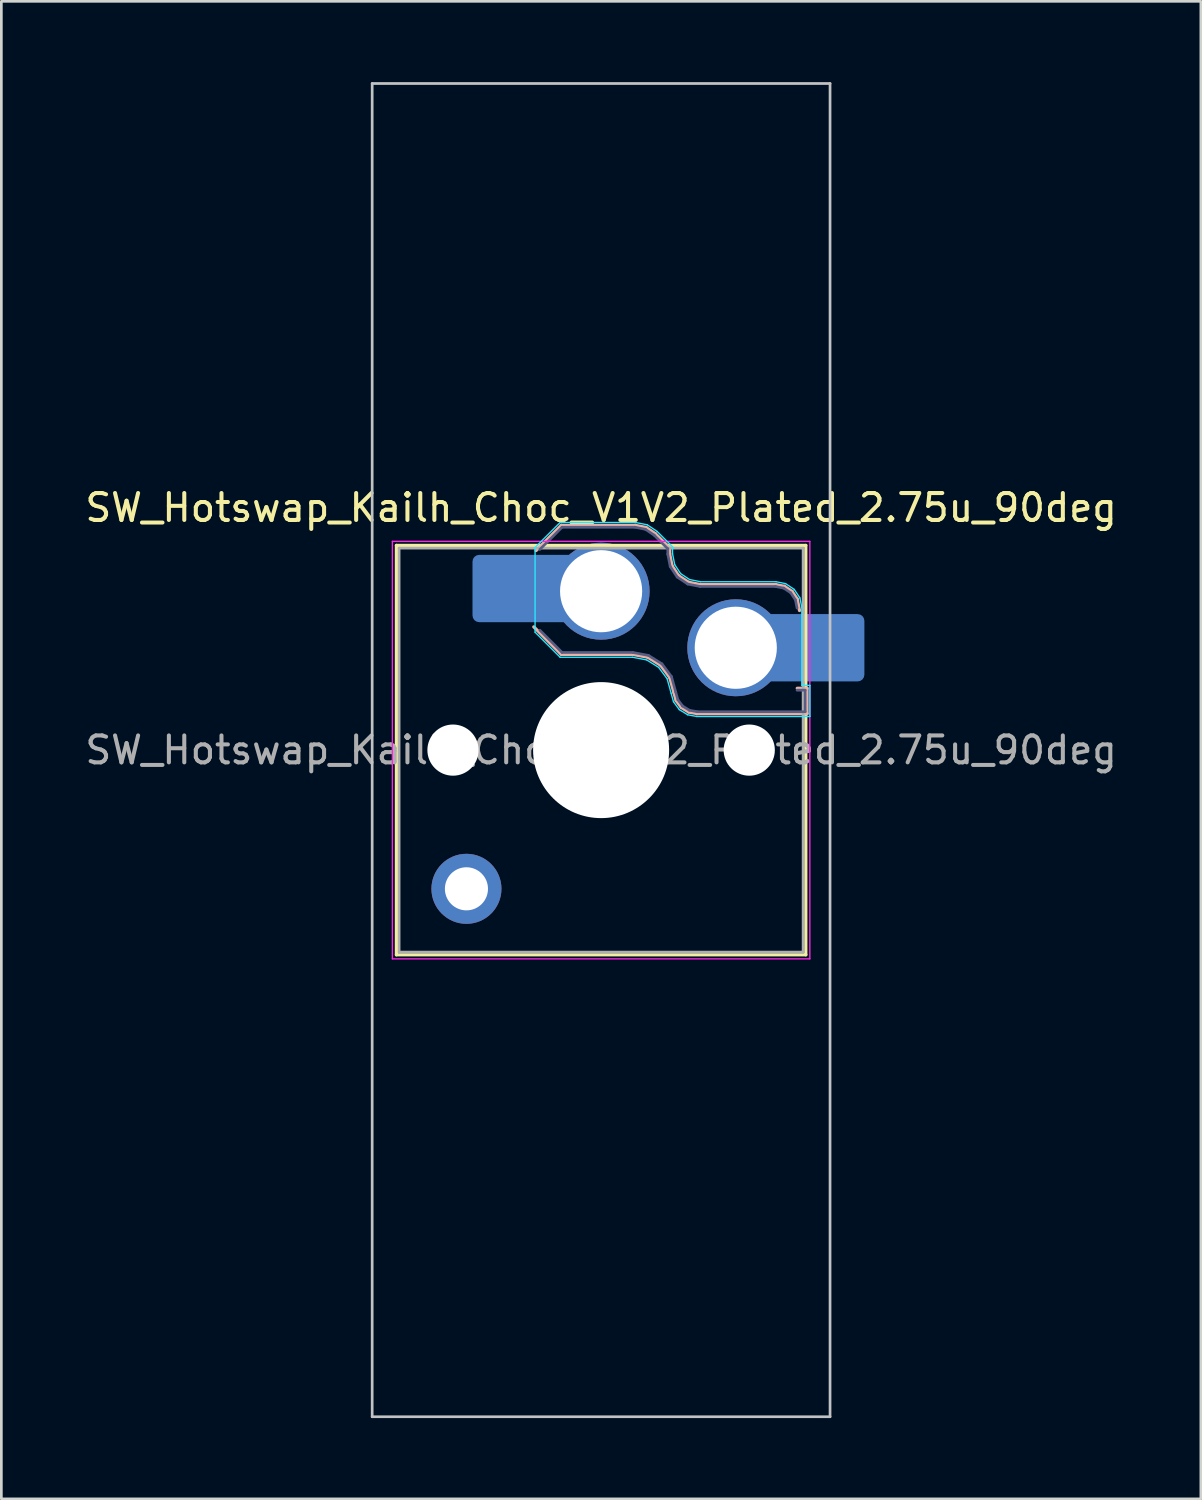
<source format=kicad_pcb>
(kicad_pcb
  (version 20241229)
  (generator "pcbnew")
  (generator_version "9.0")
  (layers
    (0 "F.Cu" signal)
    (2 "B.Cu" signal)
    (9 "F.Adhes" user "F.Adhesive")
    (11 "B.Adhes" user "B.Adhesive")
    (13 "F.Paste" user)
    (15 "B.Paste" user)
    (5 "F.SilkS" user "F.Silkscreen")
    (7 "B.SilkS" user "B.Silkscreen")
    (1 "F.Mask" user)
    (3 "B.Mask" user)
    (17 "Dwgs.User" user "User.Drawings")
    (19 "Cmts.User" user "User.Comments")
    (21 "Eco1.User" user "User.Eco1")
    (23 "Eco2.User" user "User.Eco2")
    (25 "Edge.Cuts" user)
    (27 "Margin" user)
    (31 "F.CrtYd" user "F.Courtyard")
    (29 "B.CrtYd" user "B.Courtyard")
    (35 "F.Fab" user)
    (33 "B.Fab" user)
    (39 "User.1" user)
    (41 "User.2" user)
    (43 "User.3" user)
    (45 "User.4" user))
  (footprint "SW_Hotswap_Kailh_Choc_V1V2_Plated_2.75u_90deg"
    (layer "F.Cu")
    (at 19.268 24.8)
    (property "Reference" "SW_Hotswap_Kailh_Choc_V1V2_Plated_2.75u_90deg" (at 0 -9 0) (layer "F.SilkS") (effects (font (size 1 1) (thickness 0.15))))
    (attr smd)
    (fp_line (start -7.6 -7.6) (end -7.6 7.6) (stroke (width 0.12) (type solid)) (layer "F.SilkS"))
    (fp_line (start -7.6 7.6) (end 7.6 7.6) (stroke (width 0.12) (type solid)) (layer "F.SilkS"))
    (fp_line (start 7.6 -7.6) (end -7.6 -7.6) (stroke (width 0.12) (type solid)) (layer "F.SilkS"))
    (fp_line (start 7.6 7.6) (end 7.6 -7.6) (stroke (width 0.12) (type solid)) (layer "F.SilkS"))
    (fp_line (start -2.416 -7.409) (end -1.479 -8.346) (stroke (width 0.12) (type solid)) (layer "B.SilkS"))
    (fp_line (start -1.479 -8.346) (end 1.268 -8.346) (stroke (width 0.12) (type solid)) (layer "B.SilkS"))
    (fp_line (start -1.479 -3.554) (end -2.5 -4.575) (stroke (width 0.12) (type solid)) (layer "B.SilkS"))
    (fp_line (start 1.168 -3.554) (end -1.479 -3.554) (stroke (width 0.12) (type solid)) (layer "B.SilkS"))
    (fp_line (start 1.268 -8.346) (end 1.671 -8.266) (stroke (width 0.12) (type solid)) (layer "B.SilkS"))
    (fp_line (start 1.671 -8.266) (end 2.013 -8.037) (stroke (width 0.12) (type solid)) (layer "B.SilkS"))
    (fp_line (start 1.73 -3.449) (end 1.168 -3.554) (stroke (width 0.12) (type solid)) (layer "B.SilkS"))
    (fp_line (start 2.013 -8.037) (end 2.546 -7.504) (stroke (width 0.12) (type solid)) (layer "B.SilkS"))
    (fp_line (start 2.209 -3.15) (end 1.73 -3.449) (stroke (width 0.12) (type solid)) (layer "B.SilkS"))
    (fp_line (start 2.546 -7.504) (end 2.546 -7.282) (stroke (width 0.12) (type solid)) (layer "B.SilkS"))
    (fp_line (start 2.546 -7.282) (end 2.633 -6.844) (stroke (width 0.12) (type solid)) (layer "B.SilkS"))
    (fp_line (start 2.547 -2.697) (end 2.209 -3.15) (stroke (width 0.12) (type solid)) (layer "B.SilkS"))
    (fp_line (start 2.633 -6.844) (end 2.877 -6.477) (stroke (width 0.12) (type solid)) (layer "B.SilkS"))
    (fp_line (start 2.701 -2.139) (end 2.547 -2.697) (stroke (width 0.12) (type solid)) (layer "B.SilkS"))
    (fp_line (start 2.783 -1.841) (end 2.701 -2.139) (stroke (width 0.12) (type solid)) (layer "B.SilkS"))
    (fp_line (start 2.877 -6.477) (end 3.244 -6.233) (stroke (width 0.12) (type solid)) (layer "B.SilkS"))
    (fp_line (start 2.976 -1.583) (end 2.783 -1.841) (stroke (width 0.12) (type solid)) (layer "B.SilkS"))
    (fp_line (start 3.244 -6.233) (end 3.682 -6.146) (stroke (width 0.12) (type solid)) (layer "B.SilkS"))
    (fp_line (start 3.25 -1.413) (end 2.976 -1.583) (stroke (width 0.12) (type solid)) (layer "B.SilkS"))
    (fp_line (start 3.56 -1.354) (end 3.25 -1.413) (stroke (width 0.12) (type solid)) (layer "B.SilkS"))
    (fp_line (start 3.682 -6.146) (end 6.482 -6.146) (stroke (width 0.12) (type solid)) (layer "B.SilkS"))
    (fp_line (start 6.482 -6.146) (end 6.809 -6.081) (stroke (width 0.12) (type solid)) (layer "B.SilkS"))
    (fp_line (start 6.809 -6.081) (end 7.092 -5.892) (stroke (width 0.12) (type solid)) (layer "B.SilkS"))
    (fp_line (start 7.092 -5.892) (end 7.281 -5.609) (stroke (width 0.12) (type solid)) (layer "B.SilkS"))
    (fp_line (start 7.281 -5.609) (end 7.366 -5.182) (stroke (width 0.12) (type solid)) (layer "B.SilkS"))
    (fp_line (start 7.283 -2.296) (end 7.646 -2.296) (stroke (width 0.12) (type solid)) (layer "B.SilkS"))
    (fp_line (start 7.646 -2.296) (end 7.646 -1.354) (stroke (width 0.12) (type solid)) (layer "B.SilkS"))
    (fp_line (start 7.646 -1.354) (end 3.56 -1.354) (stroke (width 0.12) (type solid)) (layer "B.SilkS"))
    (fp_line (start -8.5 -24.75) (end 8.5 -24.75) (stroke (width 0.1) (type solid)) (layer "Dwgs.User"))
    (fp_line (start -8.5 24.75) (end -8.5 -24.75) (stroke (width 0.1) (type solid)) (layer "Dwgs.User"))
    (fp_line (start 8.5 -24.75) (end 8.5 24.75) (stroke (width 0.1) (type solid)) (layer "Dwgs.User"))
    (fp_line (start 8.5 24.75) (end -8.5 24.75) (stroke (width 0.1) (type solid)) (layer "Dwgs.User"))
    (fp_line (start -7.25 -7.25) (end -7.25 7.25) (stroke (width 0.1) (type solid)) (layer "Eco1.User"))
    (fp_line (start -7.25 7.25) (end 7.25 7.25) (stroke (width 0.1) (type solid)) (layer "Eco1.User"))
    (fp_line (start 7.25 -7.25) (end -7.25 -7.25) (stroke (width 0.1) (type solid)) (layer "Eco1.User"))
    (fp_line (start 7.25 7.25) (end 7.25 -7.25) (stroke (width 0.1) (type solid)) (layer "Eco1.User"))
    (fp_line (start -2.452 -7.523) (end -1.523 -8.452) (stroke (width 0.05) (type solid)) (layer "B.CrtYd"))
    (fp_line (start -2.452 -4.377) (end -2.452 -7.523) (stroke (width 0.05) (type solid)) (layer "B.CrtYd"))
    (fp_line (start -1.523 -8.452) (end 1.278 -8.452) (stroke (width 0.05) (type solid)) (layer "B.CrtYd"))
    (fp_line (start -1.523 -3.448) (end -2.452 -4.377) (stroke (width 0.05) (type solid)) (layer "B.CrtYd"))
    (fp_line (start 1.159 -3.448) (end -1.523 -3.448) (stroke (width 0.05) (type solid)) (layer "B.CrtYd"))
    (fp_line (start 1.278 -8.452) (end 1.712 -8.366) (stroke (width 0.05) (type solid)) (layer "B.CrtYd"))
    (fp_line (start 1.691 -3.348) (end 1.159 -3.448) (stroke (width 0.05) (type solid)) (layer "B.CrtYd"))
    (fp_line (start 1.712 -8.366) (end 2.081 -8.119) (stroke (width 0.05) (type solid)) (layer "B.CrtYd"))
    (fp_line (start 2.081 -8.119) (end 2.652 -7.548) (stroke (width 0.05) (type solid)) (layer "B.CrtYd"))
    (fp_line (start 2.136 -3.071) (end 1.691 -3.348) (stroke (width 0.05) (type solid)) (layer "B.CrtYd"))
    (fp_line (start 2.45 -2.65) (end 2.136 -3.071) (stroke (width 0.05) (type solid)) (layer "B.CrtYd"))
    (fp_line (start 2.599 -2.111) (end 2.45 -2.65) (stroke (width 0.05) (type solid)) (layer "B.CrtYd"))
    (fp_line (start 2.652 -7.548) (end 2.652 -7.292) (stroke (width 0.05) (type solid)) (layer "B.CrtYd"))
    (fp_line (start 2.652 -7.292) (end 2.733 -6.885) (stroke (width 0.05) (type solid)) (layer "B.CrtYd"))
    (fp_line (start 2.687 -1.794) (end 2.599 -2.111) (stroke (width 0.05) (type solid)) (layer "B.CrtYd"))
    (fp_line (start 2.733 -6.885) (end 2.953 -6.553) (stroke (width 0.05) (type solid)) (layer "B.CrtYd"))
    (fp_line (start 2.903 -1.503) (end 2.687 -1.794) (stroke (width 0.05) (type solid)) (layer "B.CrtYd"))
    (fp_line (start 2.953 -6.553) (end 3.285 -6.333) (stroke (width 0.05) (type solid)) (layer "B.CrtYd"))
    (fp_line (start 3.211 -1.312) (end 2.903 -1.503) (stroke (width 0.05) (type solid)) (layer "B.CrtYd"))
    (fp_line (start 3.285 -6.333) (end 3.692 -6.252) (stroke (width 0.05) (type solid)) (layer "B.CrtYd"))
    (fp_line (start 3.55 -1.248) (end 3.211 -1.312) (stroke (width 0.05) (type solid)) (layer "B.CrtYd"))
    (fp_line (start 3.692 -6.252) (end 6.492 -6.252) (stroke (width 0.05) (type solid)) (layer "B.CrtYd"))
    (fp_line (start 6.492 -6.252) (end 6.85 -6.181) (stroke (width 0.05) (type solid)) (layer "B.CrtYd"))
    (fp_line (start 6.85 -6.181) (end 7.168 -5.968) (stroke (width 0.05) (type solid)) (layer "B.CrtYd"))
    (fp_line (start 7.168 -5.968) (end 7.381 -5.65) (stroke (width 0.05) (type solid)) (layer "B.CrtYd"))
    (fp_line (start 7.381 -5.65) (end 7.452 -5.292) (stroke (width 0.05) (type solid)) (layer "B.CrtYd"))
    (fp_line (start 7.452 -5.292) (end 7.452 -2.402) (stroke (width 0.05) (type solid)) (layer "B.CrtYd"))
    (fp_line (start 7.452 -2.402) (end 7.752 -2.402) (stroke (width 0.05) (type solid)) (layer "B.CrtYd"))
    (fp_line (start 7.752 -2.402) (end 7.752 -1.248) (stroke (width 0.05) (type solid)) (layer "B.CrtYd"))
    (fp_line (start 7.752 -1.248) (end 3.55 -1.248) (stroke (width 0.05) (type solid)) (layer "B.CrtYd"))
    (fp_line (start -7.75 -7.75) (end -7.75 7.75) (stroke (width 0.05) (type solid)) (layer "F.CrtYd"))
    (fp_line (start -7.75 7.75) (end 7.75 7.75) (stroke (width 0.05) (type solid)) (layer "F.CrtYd"))
    (fp_line (start 7.75 -7.75) (end -7.75 -7.75) (stroke (width 0.05) (type solid)) (layer "F.CrtYd"))
    (fp_line (start 7.75 7.75) (end 7.75 -7.75) (stroke (width 0.05) (type solid)) (layer "F.CrtYd"))
    (fp_line (start -2.275 -7.45) (end -1.45 -8.275) (stroke (width 0.1) (type solid)) (layer "B.Fab"))
    (fp_line (start -1.45 -8.275) (end 1.261 -8.275) (stroke (width 0.1) (type solid)) (layer "B.Fab"))
    (fp_line (start -1.45 -3.625) (end -2.275 -4.45) (stroke (width 0.1) (type solid)) (layer "B.Fab"))
    (fp_line (start 1.175 -3.625) (end -1.45 -3.625) (stroke (width 0.1) (type solid)) (layer "B.Fab"))
    (fp_line (start 1.261 -8.275) (end 1.643 -8.199) (stroke (width 0.1) (type solid)) (layer "B.Fab"))
    (fp_line (start 1.643 -8.199) (end 1.968 -7.982) (stroke (width 0.1) (type solid)) (layer "B.Fab"))
    (fp_line (start 1.756 -3.516) (end 1.175 -3.625) (stroke (width 0.1) (type solid)) (layer "B.Fab"))
    (fp_line (start 1.968 -7.982) (end 2.475 -7.475) (stroke (width 0.1) (type solid)) (layer "B.Fab"))
    (fp_line (start 2.258 -3.203) (end 1.756 -3.516) (stroke (width 0.1) (type solid)) (layer "B.Fab"))
    (fp_line (start 2.475 -7.475) (end 2.475 -7.275) (stroke (width 0.1) (type solid)) (layer "B.Fab"))
    (fp_line (start 2.475 -7.275) (end 2.566 -6.816) (stroke (width 0.1) (type solid)) (layer "B.Fab"))
    (fp_line (start 2.566 -6.816) (end 2.826 -6.426) (stroke (width 0.1) (type solid)) (layer "B.Fab"))
    (fp_line (start 2.612 -2.729) (end 2.258 -3.203) (stroke (width 0.1) (type solid)) (layer "B.Fab"))
    (fp_line (start 2.769 -2.158) (end 2.612 -2.729) (stroke (width 0.1) (type solid)) (layer "B.Fab"))
    (fp_line (start 2.826 -6.426) (end 3.216 -6.166) (stroke (width 0.1) (type solid)) (layer "B.Fab"))
    (fp_line (start 2.848 -1.873) (end 2.769 -2.158) (stroke (width 0.1) (type solid)) (layer "B.Fab"))
    (fp_line (start 3.025 -1.636) (end 2.848 -1.873) (stroke (width 0.1) (type solid)) (layer "B.Fab"))
    (fp_line (start 3.216 -6.166) (end 3.675 -6.075) (stroke (width 0.1) (type solid)) (layer "B.Fab"))
    (fp_line (start 3.276 -1.48) (end 3.025 -1.636) (stroke (width 0.1) (type solid)) (layer "B.Fab"))
    (fp_line (start 3.567 -1.425) (end 3.276 -1.48) (stroke (width 0.1) (type solid)) (layer "B.Fab"))
    (fp_line (start 3.675 -6.075) (end 6.475 -6.075) (stroke (width 0.1) (type solid)) (layer "B.Fab"))
    (fp_line (start 6.475 -6.075) (end 6.781 -6.014) (stroke (width 0.1) (type solid)) (layer "B.Fab"))
    (fp_line (start 6.781 -6.014) (end 7.041 -5.841) (stroke (width 0.1) (type solid)) (layer "B.Fab"))
    (fp_line (start 7.041 -5.841) (end 7.214 -5.581) (stroke (width 0.1) (type solid)) (layer "B.Fab"))
    (fp_line (start 7.214 -5.581) (end 7.275 -5.275) (stroke (width 0.1) (type solid)) (layer "B.Fab"))
    (fp_line (start 7.275 -2.225) (end 7.575 -2.225) (stroke (width 0.1) (type solid)) (layer "B.Fab"))
    (fp_line (start 7.575 -2.225) (end 7.575 -1.425) (stroke (width 0.1) (type solid)) (layer "B.Fab"))
    (fp_line (start 7.575 -1.425) (end 3.567 -1.425) (stroke (width 0.1) (type solid)) (layer "B.Fab"))
    (fp_line (start -7.5 -7.5) (end -7.5 7.5) (stroke (width 0.1) (type solid)) (layer "F.Fab"))
    (fp_line (start -7.5 7.5) (end 7.5 7.5) (stroke (width 0.1) (type solid)) (layer "F.Fab"))
    (fp_line (start 7.5 -7.5) (end -7.5 -7.5) (stroke (width 0.1) (type solid)) (layer "F.Fab"))
    (fp_line (start 7.5 7.5) (end 7.5 -7.5) (stroke (width 0.1) (type solid)) (layer "F.Fab"))
    (fp_text user "${REFERENCE}" (at 0 0 0) (layer "F.Fab") (effects (font (size 1 1) (thickness 0.15))))
    (pad "" np_thru_hole circle (at -5.5 0) (size 1.9 1.9) (drill 1.9) (layers "*.Cu" "*.Mask"))
    (pad "" smd circle (at -5 5.15) (size 1.65 1.65) (layers "F.Mask"))
    (pad "" thru_hole circle (at -5 5.15) (size 2.6 2.6) (drill 1.6) (layers "*.Cu" "B.Mask"))
    (pad "" smd roundrect (at -3.5 -6) (size 2.55 2.5) (layers "B.Mask" "B.Paste") (roundrect_rratio 0.1))
    (pad "" smd circle (at 0 -5.9) (size 3.1 3.1) (layers "F.Mask"))
    (pad "" np_thru_hole circle (at 0 0) (size 5.05 5.05) (drill 5.05) (layers "*.Cu" "*.Mask"))
    (pad "" smd circle (at 5 -3.8) (size 3.1 3.1) (layers "F.Mask"))
    (pad "" np_thru_hole circle (at 5.5 0) (size 1.9 1.9) (drill 1.9) (layers "*.Cu" "*.Mask"))
    (pad "" smd roundrect (at 8.5 -3.8) (size 2.55 2.5) (layers "B.Mask" "B.Paste") (roundrect_rratio 0.1))
    (pad "1" smd roundrect (at -2.85 -6) (size 3.85 2.5) (layers "B.Cu") (roundrect_rratio 0.1))
    (pad "1" thru_hole circle (at 0 -5.9) (size 3.6 3.6) (drill 3.05) (layers "*.Cu" "B.Mask"))
    (pad "2" thru_hole circle (at 5 -3.8) (size 3.6 3.6) (drill 3.05) (layers "*.Cu" "B.Mask"))
    (pad "2" smd roundrect (at 7.85 -3.8) (size 3.85 2.5) (layers "B.Cu") (roundrect_rratio 0.1)))
  (gr_rect
    (start -3 -3)
    (end 41.536 52.6)
    (stroke (width 0.1) (type default))
    (fill no)
    (layer "Edge.Cuts")))
</source>
